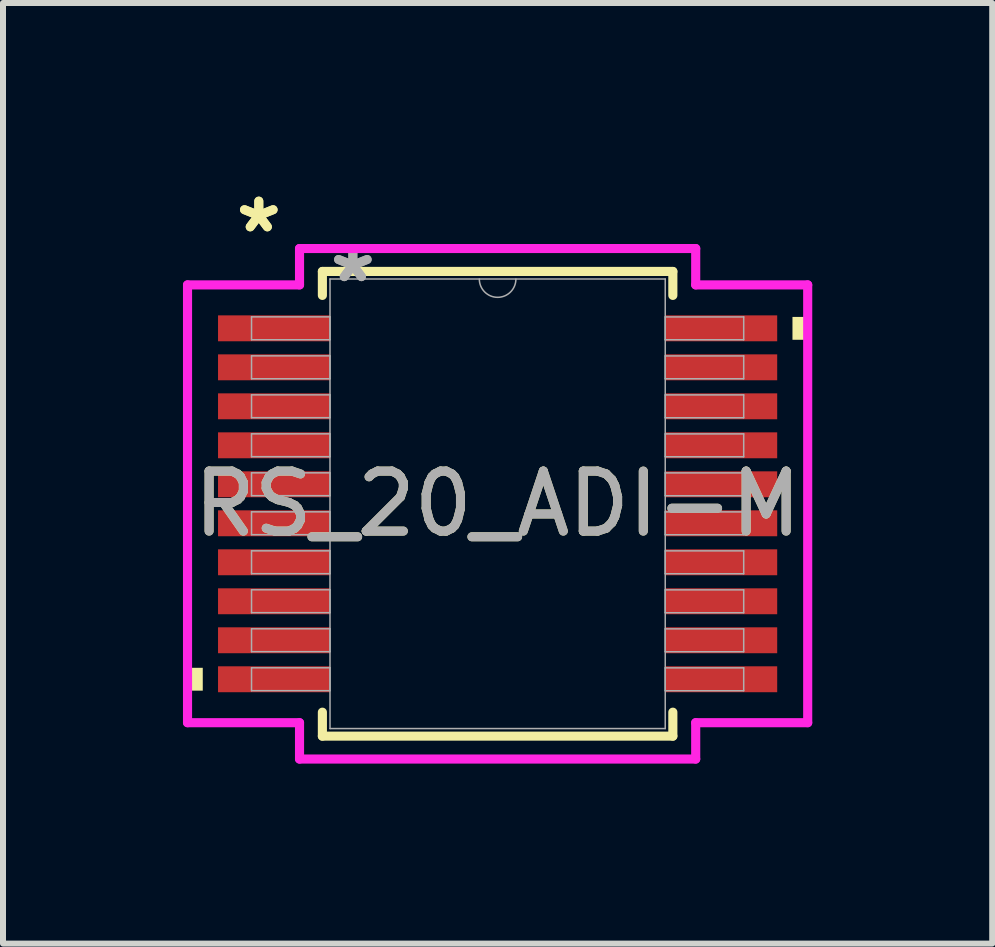
<source format=kicad_pcb>
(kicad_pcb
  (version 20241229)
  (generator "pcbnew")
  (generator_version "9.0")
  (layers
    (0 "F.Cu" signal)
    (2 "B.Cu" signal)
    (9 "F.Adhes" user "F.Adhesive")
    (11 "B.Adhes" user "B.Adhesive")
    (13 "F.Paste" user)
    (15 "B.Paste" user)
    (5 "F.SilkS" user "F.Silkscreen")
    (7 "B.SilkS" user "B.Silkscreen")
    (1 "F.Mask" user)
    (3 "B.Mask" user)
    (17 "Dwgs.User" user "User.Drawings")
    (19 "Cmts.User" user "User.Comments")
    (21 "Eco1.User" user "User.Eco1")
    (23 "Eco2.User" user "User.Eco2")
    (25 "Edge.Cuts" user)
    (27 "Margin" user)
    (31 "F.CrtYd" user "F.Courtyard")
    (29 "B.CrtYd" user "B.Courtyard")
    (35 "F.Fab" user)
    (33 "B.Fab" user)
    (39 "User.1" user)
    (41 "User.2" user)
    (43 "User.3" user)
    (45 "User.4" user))
  (footprint "RS_20_ADI-M"
    (layer "F.Cu")
    (at 5.245 5.348)
    (property "Reference" "RS_20_ADI-M" (at 0 0 0) (unlocked yes) (layer "F.SilkS") (effects (font (size 1 1) (thickness 0.15))))
    (attr smd)
    (fp_line (start -2.921 -3.873) (end -2.921 -3.474) (stroke (width 0.152) (type solid)) (layer "F.SilkS"))
    (fp_line (start -2.921 3.474) (end -2.921 3.873) (stroke (width 0.152) (type solid)) (layer "F.SilkS"))
    (fp_line (start -2.921 3.873) (end 2.921 3.873) (stroke (width 0.152) (type solid)) (layer "F.SilkS"))
    (fp_line (start 2.921 -3.873) (end -2.921 -3.873) (stroke (width 0.152) (type solid)) (layer "F.SilkS"))
    (fp_line (start 2.921 -3.474) (end 2.921 -3.873) (stroke (width 0.152) (type solid)) (layer "F.SilkS"))
    (fp_line (start 2.921 3.873) (end 2.921 3.474) (stroke (width 0.152) (type solid)) (layer "F.SilkS"))
    (fp_poly (pts (xy -5.169 2.734) (xy -5.169 3.115) (xy -4.915 3.115) (xy -4.915 2.734)) (stroke (width 0) (type solid)) (fill yes) (layer "F.SilkS"))
    (fp_poly (pts (xy 5.169 -3.115) (xy 5.169 -2.734) (xy 4.915 -2.734) (xy 4.915 -3.115)) (stroke (width 0) (type solid)) (fill yes) (layer "F.SilkS"))
    (fp_line (start -5.169 -3.649) (end -3.302 -3.649) (stroke (width 0.152) (type solid)) (layer "F.CrtYd"))
    (fp_line (start -5.169 3.649) (end -5.169 -3.649) (stroke (width 0.152) (type solid)) (layer "F.CrtYd"))
    (fp_line (start -5.169 3.649) (end -3.302 3.649) (stroke (width 0.152) (type solid)) (layer "F.CrtYd"))
    (fp_line (start -3.302 -4.255) (end 3.302 -4.255) (stroke (width 0.152) (type solid)) (layer "F.CrtYd"))
    (fp_line (start -3.302 -3.649) (end -3.302 -4.255) (stroke (width 0.152) (type solid)) (layer "F.CrtYd"))
    (fp_line (start -3.302 4.255) (end -3.302 3.649) (stroke (width 0.152) (type solid)) (layer "F.CrtYd"))
    (fp_line (start 3.302 -4.255) (end 3.302 -3.649) (stroke (width 0.152) (type solid)) (layer "F.CrtYd"))
    (fp_line (start 3.302 3.649) (end 3.302 4.255) (stroke (width 0.152) (type solid)) (layer "F.CrtYd"))
    (fp_line (start 3.302 4.255) (end -3.302 4.255) (stroke (width 0.152) (type solid)) (layer "F.CrtYd"))
    (fp_line (start 5.169 -3.649) (end 3.302 -3.649) (stroke (width 0.152) (type solid)) (layer "F.CrtYd"))
    (fp_line (start 5.169 -3.649) (end 5.169 3.649) (stroke (width 0.152) (type solid)) (layer "F.CrtYd"))
    (fp_line (start 5.169 3.649) (end 3.302 3.649) (stroke (width 0.152) (type solid)) (layer "F.CrtYd"))
    (fp_line (start -4.102 -3.116) (end -4.102 -2.735) (stroke (width 0.025) (type solid)) (layer "F.Fab"))
    (fp_line (start -4.102 -2.735) (end -2.794 -2.735) (stroke (width 0.025) (type solid)) (layer "F.Fab"))
    (fp_line (start -4.102 -2.466) (end -4.102 -2.084) (stroke (width 0.025) (type solid)) (layer "F.Fab"))
    (fp_line (start -4.102 -2.084) (end -2.794 -2.084) (stroke (width 0.025) (type solid)) (layer "F.Fab"))
    (fp_line (start -4.102 -1.816) (end -4.102 -1.435) (stroke (width 0.025) (type solid)) (layer "F.Fab"))
    (fp_line (start -4.102 -1.435) (end -2.794 -1.435) (stroke (width 0.025) (type solid)) (layer "F.Fab"))
    (fp_line (start -4.102 -1.166) (end -4.102 -0.785) (stroke (width 0.025) (type solid)) (layer "F.Fab"))
    (fp_line (start -4.102 -0.785) (end -2.794 -0.785) (stroke (width 0.025) (type solid)) (layer "F.Fab"))
    (fp_line (start -4.102 -0.516) (end -4.102 -0.135) (stroke (width 0.025) (type solid)) (layer "F.Fab"))
    (fp_line (start -4.102 -0.135) (end -2.794 -0.135) (stroke (width 0.025) (type solid)) (layer "F.Fab"))
    (fp_line (start -4.102 0.134) (end -4.102 0.515) (stroke (width 0.025) (type solid)) (layer "F.Fab"))
    (fp_line (start -4.102 0.515) (end -2.794 0.515) (stroke (width 0.025) (type solid)) (layer "F.Fab"))
    (fp_line (start -4.102 0.784) (end -4.102 1.165) (stroke (width 0.025) (type solid)) (layer "F.Fab"))
    (fp_line (start -4.102 1.165) (end -2.794 1.165) (stroke (width 0.025) (type solid)) (layer "F.Fab"))
    (fp_line (start -4.102 1.434) (end -4.102 1.815) (stroke (width 0.025) (type solid)) (layer "F.Fab"))
    (fp_line (start -4.102 1.815) (end -2.794 1.815) (stroke (width 0.025) (type solid)) (layer "F.Fab"))
    (fp_line (start -4.102 2.084) (end -4.102 2.465) (stroke (width 0.025) (type solid)) (layer "F.Fab"))
    (fp_line (start -4.102 2.465) (end -2.794 2.465) (stroke (width 0.025) (type solid)) (layer "F.Fab"))
    (fp_line (start -4.102 2.734) (end -4.102 3.115) (stroke (width 0.025) (type solid)) (layer "F.Fab"))
    (fp_line (start -4.102 3.115) (end -2.794 3.115) (stroke (width 0.025) (type solid)) (layer "F.Fab"))
    (fp_line (start -2.794 -3.747) (end -2.794 3.747) (stroke (width 0.025) (type solid)) (layer "F.Fab"))
    (fp_line (start -2.794 -3.116) (end -4.102 -3.116) (stroke (width 0.025) (type solid)) (layer "F.Fab"))
    (fp_line (start -2.794 -2.735) (end -2.794 -3.116) (stroke (width 0.025) (type solid)) (layer "F.Fab"))
    (fp_line (start -2.794 -2.466) (end -4.102 -2.466) (stroke (width 0.025) (type solid)) (layer "F.Fab"))
    (fp_line (start -2.794 -2.084) (end -2.794 -2.466) (stroke (width 0.025) (type solid)) (layer "F.Fab"))
    (fp_line (start -2.794 -1.816) (end -4.102 -1.816) (stroke (width 0.025) (type solid)) (layer "F.Fab"))
    (fp_line (start -2.794 -1.435) (end -2.794 -1.816) (stroke (width 0.025) (type solid)) (layer "F.Fab"))
    (fp_line (start -2.794 -1.166) (end -4.102 -1.166) (stroke (width 0.025) (type solid)) (layer "F.Fab"))
    (fp_line (start -2.794 -0.785) (end -2.794 -1.166) (stroke (width 0.025) (type solid)) (layer "F.Fab"))
    (fp_line (start -2.794 -0.516) (end -4.102 -0.516) (stroke (width 0.025) (type solid)) (layer "F.Fab"))
    (fp_line (start -2.794 -0.135) (end -2.794 -0.516) (stroke (width 0.025) (type solid)) (layer "F.Fab"))
    (fp_line (start -2.794 0.134) (end -4.102 0.134) (stroke (width 0.025) (type solid)) (layer "F.Fab"))
    (fp_line (start -2.794 0.515) (end -2.794 0.134) (stroke (width 0.025) (type solid)) (layer "F.Fab"))
    (fp_line (start -2.794 0.784) (end -4.102 0.784) (stroke (width 0.025) (type solid)) (layer "F.Fab"))
    (fp_line (start -2.794 1.165) (end -2.794 0.784) (stroke (width 0.025) (type solid)) (layer "F.Fab"))
    (fp_line (start -2.794 1.434) (end -4.102 1.434) (stroke (width 0.025) (type solid)) (layer "F.Fab"))
    (fp_line (start -2.794 1.815) (end -2.794 1.434) (stroke (width 0.025) (type solid)) (layer "F.Fab"))
    (fp_line (start -2.794 2.084) (end -4.102 2.084) (stroke (width 0.025) (type solid)) (layer "F.Fab"))
    (fp_line (start -2.794 2.465) (end -2.794 2.084) (stroke (width 0.025) (type solid)) (layer "F.Fab"))
    (fp_line (start -2.794 2.734) (end -4.102 2.734) (stroke (width 0.025) (type solid)) (layer "F.Fab"))
    (fp_line (start -2.794 3.115) (end -2.794 2.734) (stroke (width 0.025) (type solid)) (layer "F.Fab"))
    (fp_line (start -2.794 3.747) (end 2.794 3.747) (stroke (width 0.025) (type solid)) (layer "F.Fab"))
    (fp_line (start 2.794 -3.747) (end -2.794 -3.747) (stroke (width 0.025) (type solid)) (layer "F.Fab"))
    (fp_line (start 2.794 -3.115) (end 2.794 -2.734) (stroke (width 0.025) (type solid)) (layer "F.Fab"))
    (fp_line (start 2.794 -2.734) (end 4.102 -2.734) (stroke (width 0.025) (type solid)) (layer "F.Fab"))
    (fp_line (start 2.794 -2.465) (end 2.794 -2.084) (stroke (width 0.025) (type solid)) (layer "F.Fab"))
    (fp_line (start 2.794 -2.084) (end 4.102 -2.084) (stroke (width 0.025) (type solid)) (layer "F.Fab"))
    (fp_line (start 2.794 -1.815) (end 2.794 -1.434) (stroke (width 0.025) (type solid)) (layer "F.Fab"))
    (fp_line (start 2.794 -1.434) (end 4.102 -1.434) (stroke (width 0.025) (type solid)) (layer "F.Fab"))
    (fp_line (start 2.794 -1.165) (end 2.794 -0.784) (stroke (width 0.025) (type solid)) (layer "F.Fab"))
    (fp_line (start 2.794 -0.784) (end 4.102 -0.784) (stroke (width 0.025) (type solid)) (layer "F.Fab"))
    (fp_line (start 2.794 -0.515) (end 2.794 -0.134) (stroke (width 0.025) (type solid)) (layer "F.Fab"))
    (fp_line (start 2.794 -0.134) (end 4.102 -0.134) (stroke (width 0.025) (type solid)) (layer "F.Fab"))
    (fp_line (start 2.794 0.135) (end 2.794 0.516) (stroke (width 0.025) (type solid)) (layer "F.Fab"))
    (fp_line (start 2.794 0.516) (end 4.102 0.516) (stroke (width 0.025) (type solid)) (layer "F.Fab"))
    (fp_line (start 2.794 0.785) (end 2.794 1.166) (stroke (width 0.025) (type solid)) (layer "F.Fab"))
    (fp_line (start 2.794 1.166) (end 4.102 1.166) (stroke (width 0.025) (type solid)) (layer "F.Fab"))
    (fp_line (start 2.794 1.435) (end 2.794 1.816) (stroke (width 0.025) (type solid)) (layer "F.Fab"))
    (fp_line (start 2.794 1.816) (end 4.102 1.816) (stroke (width 0.025) (type solid)) (layer "F.Fab"))
    (fp_line (start 2.794 2.085) (end 2.794 2.466) (stroke (width 0.025) (type solid)) (layer "F.Fab"))
    (fp_line (start 2.794 2.466) (end 4.102 2.466) (stroke (width 0.025) (type solid)) (layer "F.Fab"))
    (fp_line (start 2.794 2.735) (end 2.794 3.116) (stroke (width 0.025) (type solid)) (layer "F.Fab"))
    (fp_line (start 2.794 3.116) (end 4.102 3.116) (stroke (width 0.025) (type solid)) (layer "F.Fab"))
    (fp_line (start 2.794 3.747) (end 2.794 -3.747) (stroke (width 0.025) (type solid)) (layer "F.Fab"))
    (fp_line (start 4.102 -3.115) (end 2.794 -3.115) (stroke (width 0.025) (type solid)) (layer "F.Fab"))
    (fp_line (start 4.102 -2.734) (end 4.102 -3.115) (stroke (width 0.025) (type solid)) (layer "F.Fab"))
    (fp_line (start 4.102 -2.465) (end 2.794 -2.465) (stroke (width 0.025) (type solid)) (layer "F.Fab"))
    (fp_line (start 4.102 -2.084) (end 4.102 -2.465) (stroke (width 0.025) (type solid)) (layer "F.Fab"))
    (fp_line (start 4.102 -1.815) (end 2.794 -1.815) (stroke (width 0.025) (type solid)) (layer "F.Fab"))
    (fp_line (start 4.102 -1.434) (end 4.102 -1.815) (stroke (width 0.025) (type solid)) (layer "F.Fab"))
    (fp_line (start 4.102 -1.165) (end 2.794 -1.165) (stroke (width 0.025) (type solid)) (layer "F.Fab"))
    (fp_line (start 4.102 -0.784) (end 4.102 -1.165) (stroke (width 0.025) (type solid)) (layer "F.Fab"))
    (fp_line (start 4.102 -0.515) (end 2.794 -0.515) (stroke (width 0.025) (type solid)) (layer "F.Fab"))
    (fp_line (start 4.102 -0.134) (end 4.102 -0.515) (stroke (width 0.025) (type solid)) (layer "F.Fab"))
    (fp_line (start 4.102 0.135) (end 2.794 0.135) (stroke (width 0.025) (type solid)) (layer "F.Fab"))
    (fp_line (start 4.102 0.516) (end 4.102 0.135) (stroke (width 0.025) (type solid)) (layer "F.Fab"))
    (fp_line (start 4.102 0.785) (end 2.794 0.785) (stroke (width 0.025) (type solid)) (layer "F.Fab"))
    (fp_line (start 4.102 1.166) (end 4.102 0.785) (stroke (width 0.025) (type solid)) (layer "F.Fab"))
    (fp_line (start 4.102 1.435) (end 2.794 1.435) (stroke (width 0.025) (type solid)) (layer "F.Fab"))
    (fp_line (start 4.102 1.816) (end 4.102 1.435) (stroke (width 0.025) (type solid)) (layer "F.Fab"))
    (fp_line (start 4.102 2.085) (end 2.794 2.085) (stroke (width 0.025) (type solid)) (layer "F.Fab"))
    (fp_line (start 4.102 2.466) (end 4.102 2.085) (stroke (width 0.025) (type solid)) (layer "F.Fab"))
    (fp_line (start 4.102 2.735) (end 2.794 2.735) (stroke (width 0.025) (type solid)) (layer "F.Fab"))
    (fp_line (start 4.102 3.116) (end 4.102 2.735) (stroke (width 0.025) (type solid)) (layer "F.Fab"))
    (fp_arc (start 0.3048 -3.7465) (mid 0 -3.4417) (end -0.3048 -3.7465) (stroke (width 0.0254) (type solid)) (layer "F.Fab"))
    (fp_text user "*" (at -3.981 -4.5 0) (layer "F.SilkS") (effects (font (size 1 1) (thickness 0.15))))
    (fp_text user "*" (at -3.981 -4.5 0) (unlocked yes) (layer "F.SilkS") (effects (font (size 1 1) (thickness 0.15))))
    (fp_text user "*" (at -2.413 -3.67 0) (unlocked yes) (layer "F.Fab") (effects (font (size 1 1) (thickness 0.15))))
    (fp_text user "*" (at -2.413 -3.67 0) (layer "F.Fab") (effects (font (size 1 1) (thickness 0.15))))
    (fp_text user "${REFERENCE}" (at 0 0 0) (unlocked yes) (layer "F.Fab") (effects (font (size 1 1) (thickness 0.15))))
    (pad "1" smd rect (at -3.727 -2.925) (size 1.867 0.432) (layers "F.Cu" "F.Mask" "F.Paste"))
    (pad "2" smd rect (at -3.727 -2.275) (size 1.867 0.432) (layers "F.Cu" "F.Mask" "F.Paste"))
    (pad "3" smd rect (at -3.727 -1.625) (size 1.867 0.432) (layers "F.Cu" "F.Mask" "F.Paste"))
    (pad "4" smd rect (at -3.727 -0.975) (size 1.867 0.432) (layers "F.Cu" "F.Mask" "F.Paste"))
    (pad "5" smd rect (at -3.727 -0.325) (size 1.867 0.432) (layers "F.Cu" "F.Mask" "F.Paste"))
    (pad "6" smd rect (at -3.727 0.325) (size 1.867 0.432) (layers "F.Cu" "F.Mask" "F.Paste"))
    (pad "7" smd rect (at -3.727 0.975) (size 1.867 0.432) (layers "F.Cu" "F.Mask" "F.Paste"))
    (pad "8" smd rect (at -3.727 1.625) (size 1.867 0.432) (layers "F.Cu" "F.Mask" "F.Paste"))
    (pad "9" smd rect (at -3.727 2.275) (size 1.867 0.432) (layers "F.Cu" "F.Mask" "F.Paste"))
    (pad "10" smd rect (at -3.727 2.925) (size 1.867 0.432) (layers "F.Cu" "F.Mask" "F.Paste"))
    (pad "11" smd rect (at 3.727 2.925) (size 1.867 0.432) (layers "F.Cu" "F.Mask" "F.Paste"))
    (pad "12" smd rect (at 3.727 2.275) (size 1.867 0.432) (layers "F.Cu" "F.Mask" "F.Paste"))
    (pad "13" smd rect (at 3.727 1.625) (size 1.867 0.432) (layers "F.Cu" "F.Mask" "F.Paste"))
    (pad "14" smd rect (at 3.727 0.975) (size 1.867 0.432) (layers "F.Cu" "F.Mask" "F.Paste"))
    (pad "15" smd rect (at 3.727 0.325) (size 1.867 0.432) (layers "F.Cu" "F.Mask" "F.Paste"))
    (pad "16" smd rect (at 3.727 -0.325) (size 1.867 0.432) (layers "F.Cu" "F.Mask" "F.Paste"))
    (pad "17" smd rect (at 3.727 -0.975) (size 1.867 0.432) (layers "F.Cu" "F.Mask" "F.Paste"))
    (pad "18" smd rect (at 3.727 -1.625) (size 1.867 0.432) (layers "F.Cu" "F.Mask" "F.Paste"))
    (pad "19" smd rect (at 3.727 -2.275) (size 1.867 0.432) (layers "F.Cu" "F.Mask" "F.Paste"))
    (pad "20" smd rect (at 3.727 -2.925) (size 1.867 0.432) (layers "F.Cu" "F.Mask" "F.Paste")))
  (gr_rect
    (start -3 -3)
    (end 13.49 12.679)
    (stroke (width 0.1) (type default))
    (fill no)
    (layer "Edge.Cuts")))
</source>
